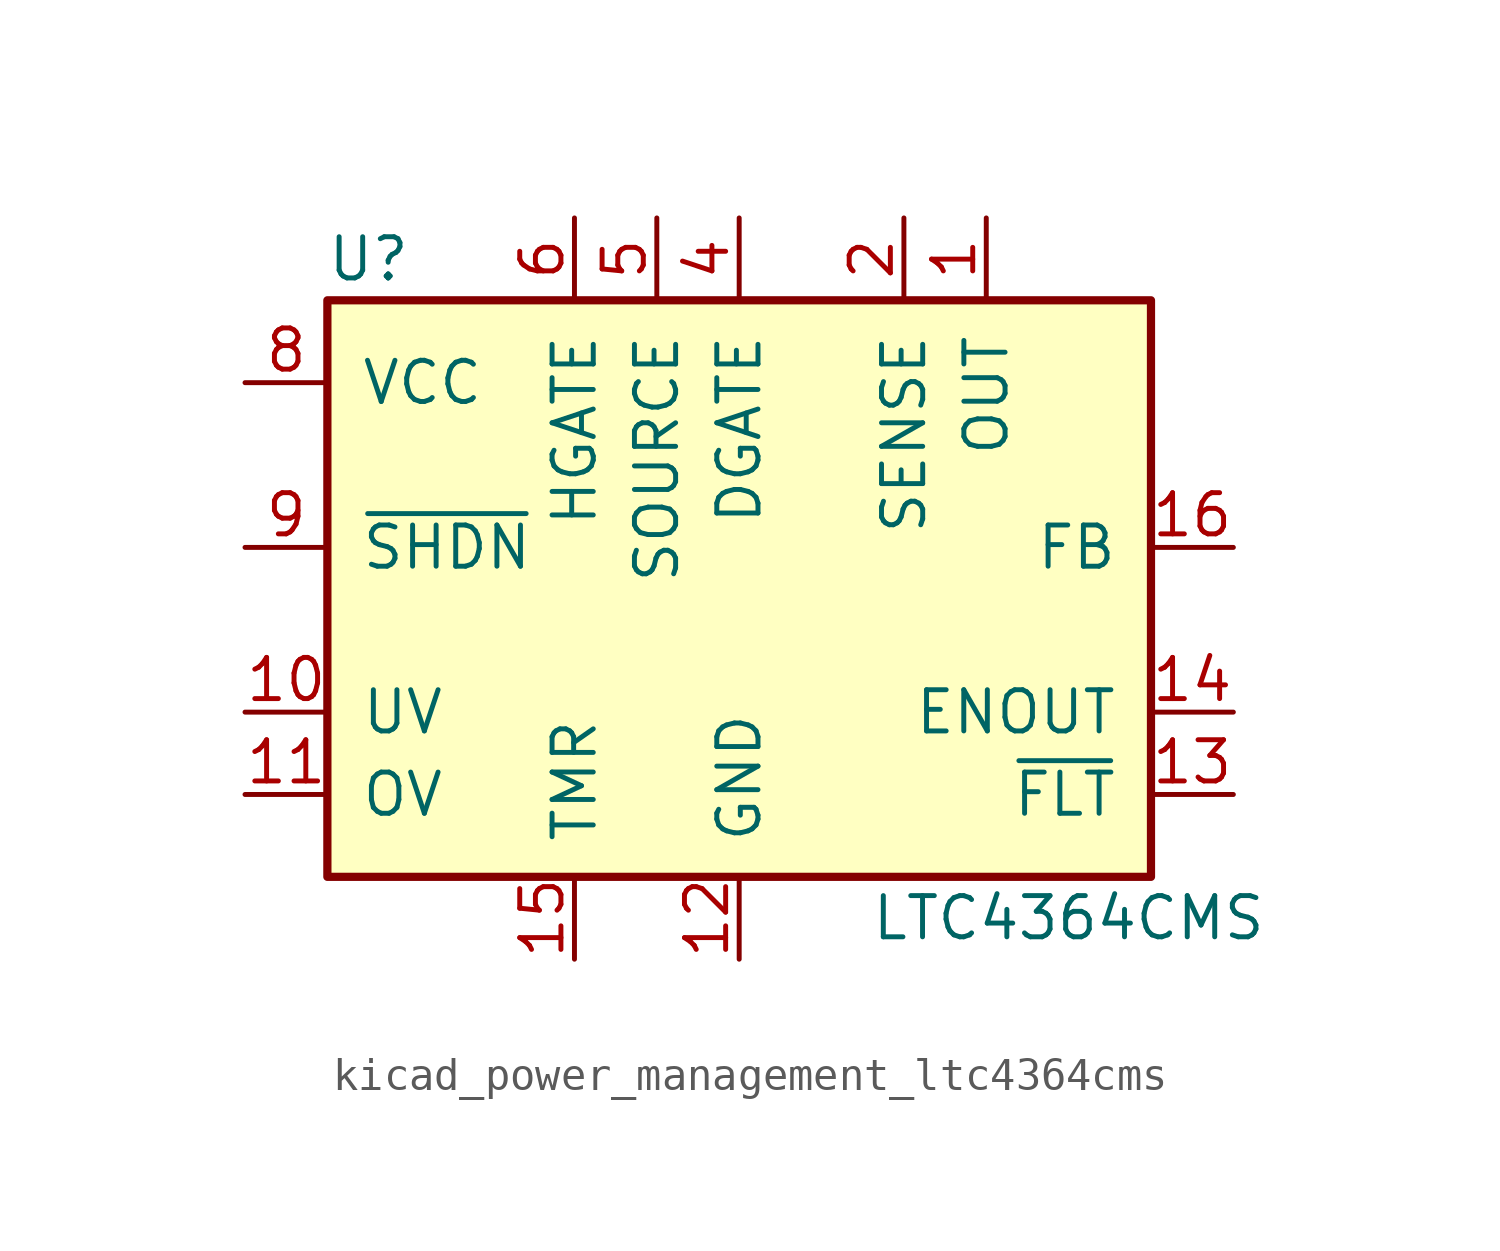
<source format=kicad_sym>
(kicad_symbol_lib
  (version 20220914)
  (generator kicad_symbol_editor)
  (symbol "kicad_power_management_ltc4364cms"
    (pin_names
      (offset 1.016))
    (property "Reference" "U"
      (at -11.43 8.89 0)
      (effects (font (size 1.27 1.27))))
    (property "Value" "LTC4364CMS"
      (at 10.16 -11.43 0)
      (effects (font (size 1.27 1.27))))
    (symbol "kicad_power_management_ltc4364cms_0_1"
      (rectangle (start -12.7 7.62) (end 12.7 -10.16) (stroke (width 0.254) (type default)) (fill (type background))))
    (symbol "kicad_power_management_ltc4364cms_1_1"
      (pin input line (at 7.62 10.16 270) (length 2.54) (name "OUT" (effects (font (size 1.27 1.27)))) (number "1" (effects (font (size 1.27 1.27)))))
      (pin input line (at -15.24 -5.08 0) (length 2.54) (name "UV" (effects (font (size 1.27 1.27)))) (number "10" (effects (font (size 1.27 1.27)))))
      (pin input line (at -15.24 -7.62 0) (length 2.54) (name "OV" (effects (font (size 1.27 1.27)))) (number "11" (effects (font (size 1.27 1.27)))))
      (pin power_in line (at 0 -12.7 90) (length 2.54) (name "GND" (effects (font (size 1.27 1.27)))) (number "12" (effects (font (size 1.27 1.27)))))
      (pin open_collector line (at 15.24 -7.62 180) (length 2.54) (name "~{FLT}" (effects (font (size 1.27 1.27)))) (number "13" (effects (font (size 1.27 1.27)))))
      (pin open_collector line (at 15.24 -5.08 180) (length 2.54) (name "ENOUT" (effects (font (size 1.27 1.27)))) (number "14" (effects (font (size 1.27 1.27)))))
      (pin input line (at -5.08 -12.7 90) (length 2.54) (name "TMR" (effects (font (size 1.27 1.27)))) (number "15" (effects (font (size 1.27 1.27)))))
      (pin input line (at 15.24 0 180) (length 2.54) (name "FB" (effects (font (size 1.27 1.27)))) (number "16" (effects (font (size 1.27 1.27)))))
      (pin input line (at 5.08 10.16 270) (length 2.54) (name "SENSE" (effects (font (size 1.27 1.27)))) (number "2" (effects (font (size 1.27 1.27)))))
      (pin no_connect line (at 12.7 2.54 180) (length 2.54) hide (name "NC" (effects (font (size 1.27 1.27)))) (number "3" (effects (font (size 1.27 1.27)))))
      (pin output line (at 0 10.16 270) (length 2.54) (name "DGATE" (effects (font (size 1.27 1.27)))) (number "4" (effects (font (size 1.27 1.27)))))
      (pin input line (at -2.54 10.16 270) (length 2.54) (name "SOURCE" (effects (font (size 1.27 1.27)))) (number "5" (effects (font (size 1.27 1.27)))))
      (pin output line (at -5.08 10.16 270) (length 2.54) (name "HGATE" (effects (font (size 1.27 1.27)))) (number "6" (effects (font (size 1.27 1.27)))))
      (pin no_connect line (at 12.7 5.08 180) (length 2.54) hide (name "NC" (effects (font (size 1.27 1.27)))) (number "7" (effects (font (size 1.27 1.27)))))
      (pin power_in line (at -15.24 5.08 0) (length 2.54) (name "VCC" (effects (font (size 1.27 1.27)))) (number "8" (effects (font (size 1.27 1.27)))))
      (pin input line (at -15.24 0 0) (length 2.54) (name "~{SHDN}" (effects (font (size 1.27 1.27)))) (number "9" (effects (font (size 1.27 1.27))))))))
</source>
